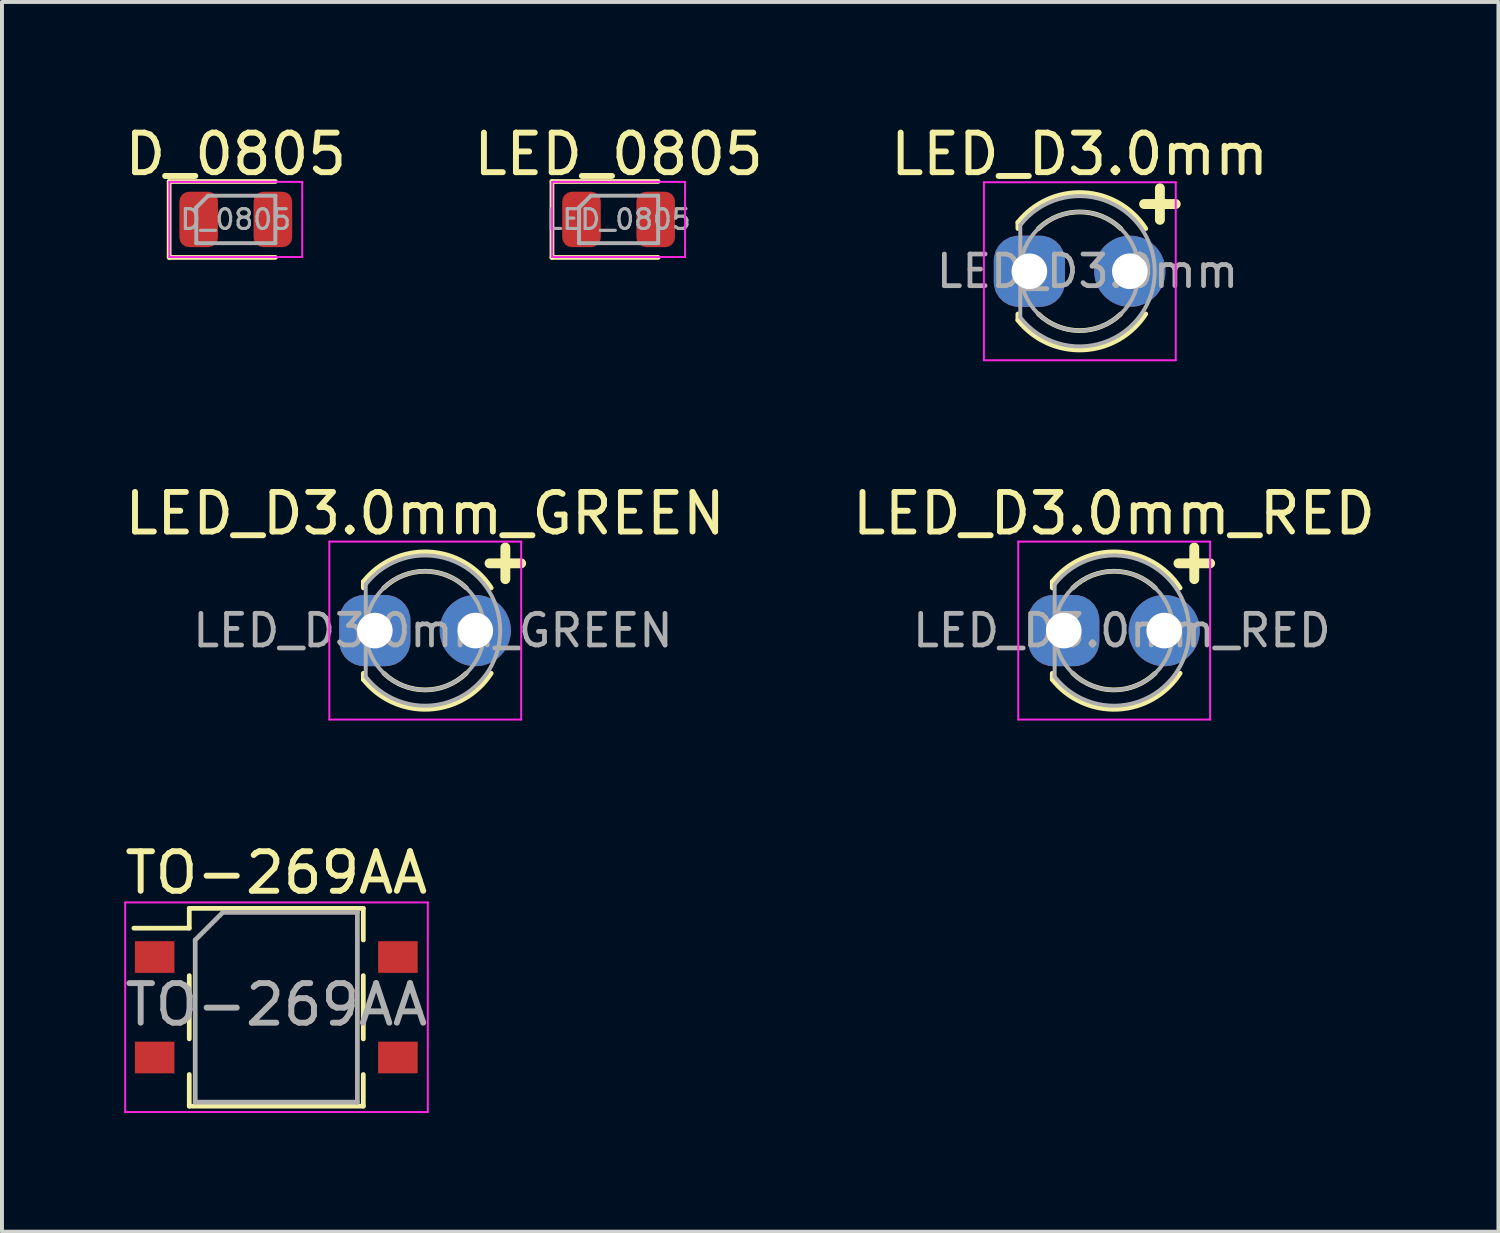
<source format=kicad_pcb>
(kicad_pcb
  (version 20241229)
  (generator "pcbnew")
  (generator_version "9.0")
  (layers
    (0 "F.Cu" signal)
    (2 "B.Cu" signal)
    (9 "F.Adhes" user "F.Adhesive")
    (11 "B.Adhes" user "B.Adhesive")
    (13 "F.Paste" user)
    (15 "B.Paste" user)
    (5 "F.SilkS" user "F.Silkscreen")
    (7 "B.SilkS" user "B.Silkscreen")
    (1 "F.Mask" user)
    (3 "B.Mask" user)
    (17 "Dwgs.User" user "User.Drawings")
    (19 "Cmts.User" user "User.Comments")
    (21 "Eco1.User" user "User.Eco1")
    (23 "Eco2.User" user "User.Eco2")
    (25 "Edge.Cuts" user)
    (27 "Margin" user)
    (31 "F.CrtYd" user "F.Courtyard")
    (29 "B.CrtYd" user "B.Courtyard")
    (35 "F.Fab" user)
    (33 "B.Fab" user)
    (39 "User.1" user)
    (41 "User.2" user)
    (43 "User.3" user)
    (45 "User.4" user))
  (footprint "LED_D3.0mm"
    (layer "F.Cu")
    (at 22.974 3.808)
    (property "Reference" "LED_D3.0mm" (at 1.27 -2.96 0) (layer "F.SilkS") (effects (font (size 1 1) (thickness 0.15))))
    (attr through_hole)
    (fp_line (start -0.29 -1.236) (end -0.29 -1.08) (stroke (width 0.12) (type solid)) (layer "F.SilkS"))
    (fp_line (start -0.29 1.08) (end -0.29 1.236) (stroke (width 0.12) (type solid)) (layer "F.SilkS"))
    (fp_line (start 2.9 -1.7) (end 3.7 -1.7) (stroke (width 0.25) (type default)) (layer "F.SilkS"))
    (fp_line (start 3.3 -2.1) (end 3.3 -1.3) (stroke (width 0.25) (type default)) (layer "F.SilkS"))
    (fp_arc (start -0.29 -1.235516) (mid 1.366487 -1.987659) (end 2.942335 -1.078608) (stroke (width 0.12) (type solid)) (layer "F.SilkS"))
    (fp_arc (start 0.229039 -1.08) (mid 1.270117 -1.5) (end 2.31113 -1.079837) (stroke (width 0.12) (type solid)) (layer "F.SilkS"))
    (fp_arc (start 2.31113 1.079837) (mid 1.270117 1.5) (end 0.229039 1.08) (stroke (width 0.12) (type solid)) (layer "F.SilkS"))
    (fp_arc (start 2.942335 1.078608) (mid 1.366487 1.987659) (end -0.29 1.235516) (stroke (width 0.12) (type solid)) (layer "F.SilkS"))
    (fp_line (start -1.15 -2.25) (end -1.15 2.25) (stroke (width 0.05) (type solid)) (layer "F.CrtYd"))
    (fp_line (start -1.15 2.25) (end 3.7 2.25) (stroke (width 0.05) (type solid)) (layer "F.CrtYd"))
    (fp_line (start 3.7 -2.25) (end -1.15 -2.25) (stroke (width 0.05) (type solid)) (layer "F.CrtYd"))
    (fp_line (start 3.7 2.25) (end 3.7 -2.25) (stroke (width 0.05) (type solid)) (layer "F.CrtYd"))
    (fp_line (start -0.23 -1.166) (end -0.23 1.166) (stroke (width 0.1) (type solid)) (layer "F.Fab"))
    (fp_arc (start -0.23 -1.16619) (mid 3.17 0.000452) (end -0.230555 1.165476) (stroke (width 0.1) (type solid)) (layer "F.Fab"))
    (fp_circle (center 1.27 0) (end 2.77 0) (stroke (width 0.1) (type solid)) (fill no) (layer "F.Fab"))
    (fp_text user "${REFERENCE}" (at 1.47 0 0) (layer "F.Fab") (effects (font (size 0.8 0.8) (thickness 0.12))))
    (pad "1" thru_hole roundrect (at 0 0) (size 1.8 1.8) (drill 0.9) (layers "*.Cu" "*.Mask") (roundrect_rratio 0.35))
    (pad "2" thru_hole circle (at 2.54 0) (size 1.8 1.8) (drill 0.9) (layers "*.Cu" "*.Mask")))
  (footprint "LED_0805"
    (layer "F.Cu")
    (at 12.589 2.498)
    (property "Reference" "LED_0805" (at 0 -1.65 0) (layer "F.SilkS") (effects (font (size 1 1) (thickness 0.15))))
    (attr smd)
    (fp_line (start -1.685 -0.96) (end -1.685 0.96) (stroke (width 0.12) (type solid)) (layer "F.SilkS"))
    (fp_line (start -1.685 0.96) (end 1 0.96) (stroke (width 0.12) (type solid)) (layer "F.SilkS"))
    (fp_line (start 1 -0.96) (end -1.685 -0.96) (stroke (width 0.12) (type solid)) (layer "F.SilkS"))
    (fp_line (start -1.68 -0.95) (end 1.68 -0.95) (stroke (width 0.05) (type solid)) (layer "F.CrtYd"))
    (fp_line (start -1.68 0.95) (end -1.68 -0.95) (stroke (width 0.05) (type solid)) (layer "F.CrtYd"))
    (fp_line (start 1.68 -0.95) (end 1.68 0.95) (stroke (width 0.05) (type solid)) (layer "F.CrtYd"))
    (fp_line (start 1.68 0.95) (end -1.68 0.95) (stroke (width 0.05) (type solid)) (layer "F.CrtYd"))
    (fp_line (start -1 -0.3) (end -1 0.6) (stroke (width 0.1) (type solid)) (layer "F.Fab"))
    (fp_line (start -1 0.6) (end 1 0.6) (stroke (width 0.1) (type solid)) (layer "F.Fab"))
    (fp_line (start -0.7 -0.6) (end -1 -0.3) (stroke (width 0.1) (type solid)) (layer "F.Fab"))
    (fp_line (start 1 -0.6) (end -0.7 -0.6) (stroke (width 0.1) (type solid)) (layer "F.Fab"))
    (fp_line (start 1 0.6) (end 1 -0.6) (stroke (width 0.1) (type solid)) (layer "F.Fab"))
    (fp_text user "${REFERENCE}" (at 0 0 0) (layer "F.Fab") (effects (font (size 0.5 0.5) (thickness 0.08))))
    (pad "1" smd roundrect (at -0.938 0) (size 0.975 1.4) (layers "F.Cu" "F.Mask" "F.Paste") (roundrect_rratio 0.25))
    (pad "2" smd roundrect (at 0.938 0) (size 0.975 1.4) (layers "F.Cu" "F.Mask" "F.Paste") (roundrect_rratio 0.25)))
  (footprint "TO-269AA"
    (layer "F.Cu")
    (at 3.935 22.415)
    (property "Reference" "TO-269AA" (at 0 -3.4 0) (layer "F.SilkS") (effects (font (size 1 1) (thickness 0.15))))
    (attr smd)
    (fp_line (start -2.2 -2.5) (end -2.2 -2) (stroke (width 0.12) (type solid)) (layer "F.SilkS"))
    (fp_line (start -2.2 -2) (end -3.6 -2) (stroke (width 0.12) (type solid)) (layer "F.SilkS"))
    (fp_line (start -2.2 -0.8) (end -2.2 0.8) (stroke (width 0.12) (type solid)) (layer "F.SilkS"))
    (fp_line (start -2.2 2.5) (end -2.2 1.7) (stroke (width 0.12) (type solid)) (layer "F.SilkS"))
    (fp_line (start 2.2 -2.5) (end -2.2 -2.5) (stroke (width 0.12) (type solid)) (layer "F.SilkS"))
    (fp_line (start 2.2 -1.7) (end 2.2 -2.5) (stroke (width 0.12) (type solid)) (layer "F.SilkS"))
    (fp_line (start 2.2 -0.8) (end 2.2 0.8) (stroke (width 0.12) (type solid)) (layer "F.SilkS"))
    (fp_line (start 2.2 1.7) (end 2.2 2.5) (stroke (width 0.12) (type solid)) (layer "F.SilkS"))
    (fp_line (start 2.2 2.5) (end -2.2 2.5) (stroke (width 0.12) (type solid)) (layer "F.SilkS"))
    (fp_line (start -3.82 -2.65) (end -3.82 2.65) (stroke (width 0.05) (type solid)) (layer "F.CrtYd"))
    (fp_line (start -3.82 -2.65) (end 3.83 -2.65) (stroke (width 0.05) (type solid)) (layer "F.CrtYd"))
    (fp_line (start 3.83 2.65) (end -3.82 2.65) (stroke (width 0.05) (type solid)) (layer "F.CrtYd"))
    (fp_line (start 3.83 2.65) (end 3.83 -2.65) (stroke (width 0.05) (type solid)) (layer "F.CrtYd"))
    (fp_line (start -2.05 -1.7) (end -1.35 -2.4) (stroke (width 0.12) (type solid)) (layer "F.Fab"))
    (fp_line (start -2.05 2.4) (end -2.05 -1.7) (stroke (width 0.12) (type solid)) (layer "F.Fab"))
    (fp_line (start -1.35 -2.4) (end 2.05 -2.4) (stroke (width 0.12) (type solid)) (layer "F.Fab"))
    (fp_line (start 2.05 -2.4) (end 2.05 2.4) (stroke (width 0.12) (type solid)) (layer "F.Fab"))
    (fp_line (start 2.05 2.4) (end -2.05 2.4) (stroke (width 0.12) (type solid)) (layer "F.Fab"))
    (fp_text user "${REFERENCE}" (at 0 -0.065 0) (layer "F.Fab") (effects (font (size 1 1) (thickness 0.15))))
    (pad "1" smd rect (at -3.075 -1.27) (size 1 0.8) (layers "F.Cu" "F.Mask" "F.Paste"))
    (pad "2" smd rect (at -3.075 1.27) (size 1 0.8) (layers "F.Cu" "F.Mask" "F.Paste"))
    (pad "3" smd rect (at 3.075 1.27) (size 1 0.8) (layers "F.Cu" "F.Mask" "F.Paste"))
    (pad "4" smd rect (at 3.075 -1.27) (size 1 0.8) (layers "F.Cu" "F.Mask" "F.Paste")))
  (footprint "LED_D3.0mm_RED"
    (layer "F.Cu")
    (at 23.843 12.892)
    (property "Reference" "LED_D3.0mm_RED" (at 1.27 -2.96 0) (layer "F.SilkS") (effects (font (size 1 1) (thickness 0.15))))
    (attr through_hole)
    (fp_line (start -0.29 -1.236) (end -0.29 -1.08) (stroke (width 0.12) (type solid)) (layer "F.SilkS"))
    (fp_line (start -0.29 1.08) (end -0.29 1.236) (stroke (width 0.12) (type solid)) (layer "F.SilkS"))
    (fp_line (start 2.9 -1.7) (end 3.7 -1.7) (stroke (width 0.25) (type default)) (layer "F.SilkS"))
    (fp_line (start 3.3 -2.1) (end 3.3 -1.3) (stroke (width 0.25) (type default)) (layer "F.SilkS"))
    (fp_arc (start -0.29 -1.235516) (mid 1.366487 -1.987659) (end 2.942335 -1.078608) (stroke (width 0.12) (type solid)) (layer "F.SilkS"))
    (fp_arc (start 0.229039 -1.08) (mid 1.270117 -1.5) (end 2.31113 -1.079837) (stroke (width 0.12) (type solid)) (layer "F.SilkS"))
    (fp_arc (start 2.31113 1.079837) (mid 1.270117 1.5) (end 0.229039 1.08) (stroke (width 0.12) (type solid)) (layer "F.SilkS"))
    (fp_arc (start 2.942335 1.078608) (mid 1.366487 1.987659) (end -0.29 1.235516) (stroke (width 0.12) (type solid)) (layer "F.SilkS"))
    (fp_line (start -1.15 -2.25) (end -1.15 2.25) (stroke (width 0.05) (type solid)) (layer "F.CrtYd"))
    (fp_line (start -1.15 2.25) (end 3.7 2.25) (stroke (width 0.05) (type solid)) (layer "F.CrtYd"))
    (fp_line (start 3.7 -2.25) (end -1.15 -2.25) (stroke (width 0.05) (type solid)) (layer "F.CrtYd"))
    (fp_line (start 3.7 2.25) (end 3.7 -2.25) (stroke (width 0.05) (type solid)) (layer "F.CrtYd"))
    (fp_line (start -0.23 -1.166) (end -0.23 1.166) (stroke (width 0.1) (type solid)) (layer "F.Fab"))
    (fp_arc (start -0.23 -1.16619) (mid 3.17 0.000452) (end -0.230555 1.165476) (stroke (width 0.1) (type solid)) (layer "F.Fab"))
    (fp_circle (center 1.27 0) (end 2.77 0) (stroke (width 0.1) (type solid)) (fill no) (layer "F.Fab"))
    (fp_text user "${REFERENCE}" (at 1.47 0 0) (layer "F.Fab") (effects (font (size 0.8 0.8) (thickness 0.12))))
    (pad "1" thru_hole roundrect (at 0 0) (size 1.8 1.8) (drill 0.9) (layers "*.Cu" "*.Mask") (roundrect_rratio 0.35))
    (pad "2" thru_hole circle (at 2.54 0) (size 1.8 1.8) (drill 0.9) (layers "*.Cu" "*.Mask")))
  (footprint "LED_D3.0mm_GREEN"
    (layer "F.Cu")
    (at 6.426 12.892)
    (property "Reference" "LED_D3.0mm_GREEN" (at 1.27 -2.96 0) (layer "F.SilkS") (effects (font (size 1 1) (thickness 0.15))))
    (attr through_hole)
    (fp_line (start -0.29 -1.236) (end -0.29 -1.08) (stroke (width 0.12) (type solid)) (layer "F.SilkS"))
    (fp_line (start -0.29 1.08) (end -0.29 1.236) (stroke (width 0.12) (type solid)) (layer "F.SilkS"))
    (fp_line (start 2.9 -1.7) (end 3.7 -1.7) (stroke (width 0.25) (type default)) (layer "F.SilkS"))
    (fp_line (start 3.3 -2.1) (end 3.3 -1.3) (stroke (width 0.25) (type default)) (layer "F.SilkS"))
    (fp_arc (start -0.29 -1.235516) (mid 1.366487 -1.987659) (end 2.942335 -1.078608) (stroke (width 0.12) (type solid)) (layer "F.SilkS"))
    (fp_arc (start 0.229039 -1.08) (mid 1.270117 -1.5) (end 2.31113 -1.079837) (stroke (width 0.12) (type solid)) (layer "F.SilkS"))
    (fp_arc (start 2.31113 1.079837) (mid 1.270117 1.5) (end 0.229039 1.08) (stroke (width 0.12) (type solid)) (layer "F.SilkS"))
    (fp_arc (start 2.942335 1.078608) (mid 1.366487 1.987659) (end -0.29 1.235516) (stroke (width 0.12) (type solid)) (layer "F.SilkS"))
    (fp_line (start -1.15 -2.25) (end -1.15 2.25) (stroke (width 0.05) (type solid)) (layer "F.CrtYd"))
    (fp_line (start -1.15 2.25) (end 3.7 2.25) (stroke (width 0.05) (type solid)) (layer "F.CrtYd"))
    (fp_line (start 3.7 -2.25) (end -1.15 -2.25) (stroke (width 0.05) (type solid)) (layer "F.CrtYd"))
    (fp_line (start 3.7 2.25) (end 3.7 -2.25) (stroke (width 0.05) (type solid)) (layer "F.CrtYd"))
    (fp_line (start -0.23 -1.166) (end -0.23 1.166) (stroke (width 0.1) (type solid)) (layer "F.Fab"))
    (fp_arc (start -0.23 -1.16619) (mid 3.17 0.000452) (end -0.230555 1.165476) (stroke (width 0.1) (type solid)) (layer "F.Fab"))
    (fp_circle (center 1.27 0) (end 2.77 0) (stroke (width 0.1) (type solid)) (fill no) (layer "F.Fab"))
    (fp_text user "${REFERENCE}" (at 1.47 0 0) (layer "F.Fab") (effects (font (size 0.8 0.8) (thickness 0.12))))
    (pad "1" thru_hole roundrect (at 0 0) (size 1.8 1.8) (drill 0.9) (layers "*.Cu" "*.Mask") (roundrect_rratio 0.35))
    (pad "2" thru_hole circle (at 2.54 0) (size 1.8 1.8) (drill 0.9) (layers "*.Cu" "*.Mask")))
  (footprint "D_0805"
    (layer "F.Cu")
    (at 2.911 2.498)
    (property "Reference" "D_0805" (at 0 -1.65 0) (layer "F.SilkS") (effects (font (size 1 1) (thickness 0.15))))
    (attr smd)
    (fp_line (start -1.685 -0.96) (end -1.685 0.96) (stroke (width 0.12) (type solid)) (layer "F.SilkS"))
    (fp_line (start -1.685 0.96) (end 1 0.96) (stroke (width 0.12) (type solid)) (layer "F.SilkS"))
    (fp_line (start 1 -0.96) (end -1.685 -0.96) (stroke (width 0.12) (type solid)) (layer "F.SilkS"))
    (fp_line (start -1.68 -0.95) (end 1.68 -0.95) (stroke (width 0.05) (type solid)) (layer "F.CrtYd"))
    (fp_line (start -1.68 0.95) (end -1.68 -0.95) (stroke (width 0.05) (type solid)) (layer "F.CrtYd"))
    (fp_line (start 1.68 -0.95) (end 1.68 0.95) (stroke (width 0.05) (type solid)) (layer "F.CrtYd"))
    (fp_line (start 1.68 0.95) (end -1.68 0.95) (stroke (width 0.05) (type solid)) (layer "F.CrtYd"))
    (fp_line (start -1 -0.3) (end -1 0.6) (stroke (width 0.1) (type solid)) (layer "F.Fab"))
    (fp_line (start -1 0.6) (end 1 0.6) (stroke (width 0.1) (type solid)) (layer "F.Fab"))
    (fp_line (start -0.7 -0.6) (end -1 -0.3) (stroke (width 0.1) (type solid)) (layer "F.Fab"))
    (fp_line (start 1 -0.6) (end -0.7 -0.6) (stroke (width 0.1) (type solid)) (layer "F.Fab"))
    (fp_line (start 1 0.6) (end 1 -0.6) (stroke (width 0.1) (type solid)) (layer "F.Fab"))
    (fp_text user "${REFERENCE}" (at 0 0 0) (layer "F.Fab") (effects (font (size 0.5 0.5) (thickness 0.08))))
    (pad "1" smd roundrect (at -0.938 0) (size 0.975 1.4) (layers "F.Cu" "F.Mask" "F.Paste") (roundrect_rratio 0.25))
    (pad "2" smd roundrect (at 0.938 0) (size 0.975 1.4) (layers "F.Cu" "F.Mask" "F.Paste") (roundrect_rratio 0.25)))
  (gr_rect
    (start -3 -3)
    (end 34.833 28.09)
    (stroke (width 0.1) (type default))
    (fill no)
    (layer "Edge.Cuts")))
</source>
